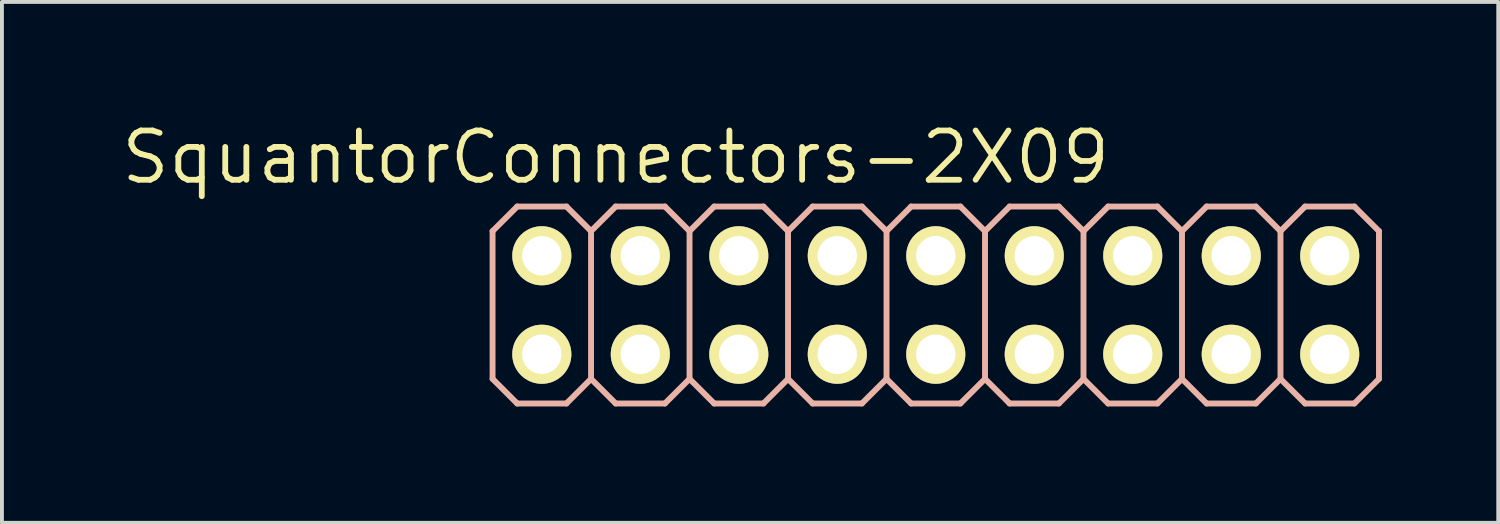
<source format=kicad_pcb>
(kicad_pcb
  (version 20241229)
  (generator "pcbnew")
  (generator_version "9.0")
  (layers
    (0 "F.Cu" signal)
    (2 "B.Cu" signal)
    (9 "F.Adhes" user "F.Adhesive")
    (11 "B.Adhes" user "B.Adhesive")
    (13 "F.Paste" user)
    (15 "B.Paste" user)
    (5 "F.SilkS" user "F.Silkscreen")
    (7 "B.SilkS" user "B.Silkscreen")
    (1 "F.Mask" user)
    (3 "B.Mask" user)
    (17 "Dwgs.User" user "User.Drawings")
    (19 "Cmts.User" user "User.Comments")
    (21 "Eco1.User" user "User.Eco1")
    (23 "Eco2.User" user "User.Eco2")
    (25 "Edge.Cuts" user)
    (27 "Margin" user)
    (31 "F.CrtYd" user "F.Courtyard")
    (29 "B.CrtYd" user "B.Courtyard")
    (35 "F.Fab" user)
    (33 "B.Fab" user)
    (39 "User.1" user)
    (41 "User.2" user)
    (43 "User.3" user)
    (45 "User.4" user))
  (footprint "SquantorConnectors-2X09"
    (layer "F.Cu")
    (at 21.083 4.816)
    (property "Reference" "SquantorConnectors-2X09" (at -8.255 -3.81 0) (layer "F.SilkS") (effects (font (size 1.27 1.27) (thickness 0.15))))
    (attr exclude_from_pos_files exclude_from_bom)
    (fp_line (start -10.414 -1.524) (end -9.906 -1.524) (stroke (width 0.066) (type solid)) (layer "F.SilkS"))
    (fp_line (start -10.414 -1.016) (end -10.414 -1.524) (stroke (width 0.066) (type solid)) (layer "F.SilkS"))
    (fp_line (start -10.414 -1.016) (end -9.906 -1.016) (stroke (width 0.066) (type solid)) (layer "F.SilkS"))
    (fp_line (start -10.414 1.016) (end -9.906 1.016) (stroke (width 0.066) (type solid)) (layer "F.SilkS"))
    (fp_line (start -10.414 1.524) (end -10.414 1.016) (stroke (width 0.066) (type solid)) (layer "F.SilkS"))
    (fp_line (start -10.414 1.524) (end -9.906 1.524) (stroke (width 0.066) (type solid)) (layer "F.SilkS"))
    (fp_line (start -9.906 -1.016) (end -9.906 -1.524) (stroke (width 0.066) (type solid)) (layer "F.SilkS"))
    (fp_line (start -9.906 1.524) (end -9.906 1.016) (stroke (width 0.066) (type solid)) (layer "F.SilkS"))
    (fp_line (start -7.874 -1.524) (end -7.366 -1.524) (stroke (width 0.066) (type solid)) (layer "F.SilkS"))
    (fp_line (start -7.874 -1.016) (end -7.874 -1.524) (stroke (width 0.066) (type solid)) (layer "F.SilkS"))
    (fp_line (start -7.874 -1.016) (end -7.366 -1.016) (stroke (width 0.066) (type solid)) (layer "F.SilkS"))
    (fp_line (start -7.874 1.016) (end -7.366 1.016) (stroke (width 0.066) (type solid)) (layer "F.SilkS"))
    (fp_line (start -7.874 1.524) (end -7.874 1.016) (stroke (width 0.066) (type solid)) (layer "F.SilkS"))
    (fp_line (start -7.874 1.524) (end -7.366 1.524) (stroke (width 0.066) (type solid)) (layer "F.SilkS"))
    (fp_line (start -7.366 -1.016) (end -7.366 -1.524) (stroke (width 0.066) (type solid)) (layer "F.SilkS"))
    (fp_line (start -7.366 1.524) (end -7.366 1.016) (stroke (width 0.066) (type solid)) (layer "F.SilkS"))
    (fp_line (start -5.334 -1.524) (end -4.826 -1.524) (stroke (width 0.066) (type solid)) (layer "F.SilkS"))
    (fp_line (start -5.334 -1.016) (end -5.334 -1.524) (stroke (width 0.066) (type solid)) (layer "F.SilkS"))
    (fp_line (start -5.334 -1.016) (end -4.826 -1.016) (stroke (width 0.066) (type solid)) (layer "F.SilkS"))
    (fp_line (start -5.334 1.016) (end -4.826 1.016) (stroke (width 0.066) (type solid)) (layer "F.SilkS"))
    (fp_line (start -5.334 1.524) (end -5.334 1.016) (stroke (width 0.066) (type solid)) (layer "F.SilkS"))
    (fp_line (start -5.334 1.524) (end -4.826 1.524) (stroke (width 0.066) (type solid)) (layer "F.SilkS"))
    (fp_line (start -4.826 -1.016) (end -4.826 -1.524) (stroke (width 0.066) (type solid)) (layer "F.SilkS"))
    (fp_line (start -4.826 1.524) (end -4.826 1.016) (stroke (width 0.066) (type solid)) (layer "F.SilkS"))
    (fp_line (start -2.794 -1.524) (end -2.286 -1.524) (stroke (width 0.066) (type solid)) (layer "F.SilkS"))
    (fp_line (start -2.794 -1.016) (end -2.794 -1.524) (stroke (width 0.066) (type solid)) (layer "F.SilkS"))
    (fp_line (start -2.794 -1.016) (end -2.286 -1.016) (stroke (width 0.066) (type solid)) (layer "F.SilkS"))
    (fp_line (start -2.794 1.016) (end -2.286 1.016) (stroke (width 0.066) (type solid)) (layer "F.SilkS"))
    (fp_line (start -2.794 1.524) (end -2.794 1.016) (stroke (width 0.066) (type solid)) (layer "F.SilkS"))
    (fp_line (start -2.794 1.524) (end -2.286 1.524) (stroke (width 0.066) (type solid)) (layer "F.SilkS"))
    (fp_line (start -2.286 -1.016) (end -2.286 -1.524) (stroke (width 0.066) (type solid)) (layer "F.SilkS"))
    (fp_line (start -2.286 1.524) (end -2.286 1.016) (stroke (width 0.066) (type solid)) (layer "F.SilkS"))
    (fp_line (start -0.254 -1.524) (end 0.254 -1.524) (stroke (width 0.066) (type solid)) (layer "F.SilkS"))
    (fp_line (start -0.254 -1.016) (end -0.254 -1.524) (stroke (width 0.066) (type solid)) (layer "F.SilkS"))
    (fp_line (start -0.254 -1.016) (end 0.254 -1.016) (stroke (width 0.066) (type solid)) (layer "F.SilkS"))
    (fp_line (start -0.254 1.016) (end 0.254 1.016) (stroke (width 0.066) (type solid)) (layer "F.SilkS"))
    (fp_line (start -0.254 1.524) (end -0.254 1.016) (stroke (width 0.066) (type solid)) (layer "F.SilkS"))
    (fp_line (start -0.254 1.524) (end 0.254 1.524) (stroke (width 0.066) (type solid)) (layer "F.SilkS"))
    (fp_line (start 0.254 -1.016) (end 0.254 -1.524) (stroke (width 0.066) (type solid)) (layer "F.SilkS"))
    (fp_line (start 0.254 1.524) (end 0.254 1.016) (stroke (width 0.066) (type solid)) (layer "F.SilkS"))
    (fp_line (start 2.286 -1.524) (end 2.794 -1.524) (stroke (width 0.066) (type solid)) (layer "F.SilkS"))
    (fp_line (start 2.286 -1.016) (end 2.286 -1.524) (stroke (width 0.066) (type solid)) (layer "F.SilkS"))
    (fp_line (start 2.286 -1.016) (end 2.794 -1.016) (stroke (width 0.066) (type solid)) (layer "F.SilkS"))
    (fp_line (start 2.286 1.016) (end 2.794 1.016) (stroke (width 0.066) (type solid)) (layer "F.SilkS"))
    (fp_line (start 2.286 1.524) (end 2.286 1.016) (stroke (width 0.066) (type solid)) (layer "F.SilkS"))
    (fp_line (start 2.286 1.524) (end 2.794 1.524) (stroke (width 0.066) (type solid)) (layer "F.SilkS"))
    (fp_line (start 2.794 -1.016) (end 2.794 -1.524) (stroke (width 0.066) (type solid)) (layer "F.SilkS"))
    (fp_line (start 2.794 1.524) (end 2.794 1.016) (stroke (width 0.066) (type solid)) (layer "F.SilkS"))
    (fp_line (start 4.826 -1.524) (end 5.334 -1.524) (stroke (width 0.066) (type solid)) (layer "F.SilkS"))
    (fp_line (start 4.826 -1.016) (end 4.826 -1.524) (stroke (width 0.066) (type solid)) (layer "F.SilkS"))
    (fp_line (start 4.826 -1.016) (end 5.334 -1.016) (stroke (width 0.066) (type solid)) (layer "F.SilkS"))
    (fp_line (start 4.826 1.016) (end 5.334 1.016) (stroke (width 0.066) (type solid)) (layer "F.SilkS"))
    (fp_line (start 4.826 1.524) (end 4.826 1.016) (stroke (width 0.066) (type solid)) (layer "F.SilkS"))
    (fp_line (start 4.826 1.524) (end 5.334 1.524) (stroke (width 0.066) (type solid)) (layer "F.SilkS"))
    (fp_line (start 5.334 -1.016) (end 5.334 -1.524) (stroke (width 0.066) (type solid)) (layer "F.SilkS"))
    (fp_line (start 5.334 1.524) (end 5.334 1.016) (stroke (width 0.066) (type solid)) (layer "F.SilkS"))
    (fp_line (start 7.366 -1.524) (end 7.874 -1.524) (stroke (width 0.066) (type solid)) (layer "F.SilkS"))
    (fp_line (start 7.366 -1.016) (end 7.366 -1.524) (stroke (width 0.066) (type solid)) (layer "F.SilkS"))
    (fp_line (start 7.366 -1.016) (end 7.874 -1.016) (stroke (width 0.066) (type solid)) (layer "F.SilkS"))
    (fp_line (start 7.366 1.016) (end 7.874 1.016) (stroke (width 0.066) (type solid)) (layer "F.SilkS"))
    (fp_line (start 7.366 1.524) (end 7.366 1.016) (stroke (width 0.066) (type solid)) (layer "F.SilkS"))
    (fp_line (start 7.366 1.524) (end 7.874 1.524) (stroke (width 0.066) (type solid)) (layer "F.SilkS"))
    (fp_line (start 7.874 -1.016) (end 7.874 -1.524) (stroke (width 0.066) (type solid)) (layer "F.SilkS"))
    (fp_line (start 7.874 1.524) (end 7.874 1.016) (stroke (width 0.066) (type solid)) (layer "F.SilkS"))
    (fp_line (start 9.906 -1.524) (end 10.414 -1.524) (stroke (width 0.066) (type solid)) (layer "F.SilkS"))
    (fp_line (start 9.906 -1.016) (end 9.906 -1.524) (stroke (width 0.066) (type solid)) (layer "F.SilkS"))
    (fp_line (start 9.906 -1.016) (end 10.414 -1.016) (stroke (width 0.066) (type solid)) (layer "F.SilkS"))
    (fp_line (start 9.906 1.016) (end 10.414 1.016) (stroke (width 0.066) (type solid)) (layer "F.SilkS"))
    (fp_line (start 9.906 1.524) (end 9.906 1.016) (stroke (width 0.066) (type solid)) (layer "F.SilkS"))
    (fp_line (start 9.906 1.524) (end 10.414 1.524) (stroke (width 0.066) (type solid)) (layer "F.SilkS"))
    (fp_line (start 10.414 -1.016) (end 10.414 -1.524) (stroke (width 0.066) (type solid)) (layer "F.SilkS"))
    (fp_line (start 10.414 1.524) (end 10.414 1.016) (stroke (width 0.066) (type solid)) (layer "F.SilkS"))
    (fp_line (start -11.43 -1.905) (end -10.795 -2.54) (stroke (width 0.152) (type solid)) (layer "B.SilkS"))
    (fp_line (start -11.43 1.905) (end -11.43 -1.905) (stroke (width 0.152) (type solid)) (layer "B.SilkS"))
    (fp_line (start -11.43 1.905) (end -10.795 2.54) (stroke (width 0.152) (type solid)) (layer "B.SilkS"))
    (fp_line (start -10.795 -2.54) (end -9.525 -2.54) (stroke (width 0.152) (type solid)) (layer "B.SilkS"))
    (fp_line (start -10.795 2.54) (end -9.525 2.54) (stroke (width 0.152) (type solid)) (layer "B.SilkS"))
    (fp_line (start -9.525 -2.54) (end -8.89 -1.905) (stroke (width 0.152) (type solid)) (layer "B.SilkS"))
    (fp_line (start -9.525 2.54) (end -8.89 1.905) (stroke (width 0.152) (type solid)) (layer "B.SilkS"))
    (fp_line (start -8.89 -1.905) (end -8.89 1.905) (stroke (width 0.152) (type solid)) (layer "B.SilkS"))
    (fp_line (start -8.89 -1.905) (end -8.255 -2.54) (stroke (width 0.152) (type solid)) (layer "B.SilkS"))
    (fp_line (start -8.89 1.905) (end -8.255 2.54) (stroke (width 0.152) (type solid)) (layer "B.SilkS"))
    (fp_line (start -8.255 -2.54) (end -6.985 -2.54) (stroke (width 0.152) (type solid)) (layer "B.SilkS"))
    (fp_line (start -8.255 2.54) (end -6.985 2.54) (stroke (width 0.152) (type solid)) (layer "B.SilkS"))
    (fp_line (start -6.985 -2.54) (end -6.35 -1.905) (stroke (width 0.152) (type solid)) (layer "B.SilkS"))
    (fp_line (start -6.985 2.54) (end -6.35 1.905) (stroke (width 0.152) (type solid)) (layer "B.SilkS"))
    (fp_line (start -6.35 -1.905) (end -6.35 1.905) (stroke (width 0.152) (type solid)) (layer "B.SilkS"))
    (fp_line (start -6.35 -1.905) (end -5.715 -2.54) (stroke (width 0.152) (type solid)) (layer "B.SilkS"))
    (fp_line (start -6.35 1.905) (end -5.715 2.54) (stroke (width 0.152) (type solid)) (layer "B.SilkS"))
    (fp_line (start -5.715 -2.54) (end -4.445 -2.54) (stroke (width 0.152) (type solid)) (layer "B.SilkS"))
    (fp_line (start -5.715 2.54) (end -4.445 2.54) (stroke (width 0.152) (type solid)) (layer "B.SilkS"))
    (fp_line (start -4.445 -2.54) (end -3.81 -1.905) (stroke (width 0.152) (type solid)) (layer "B.SilkS"))
    (fp_line (start -4.445 2.54) (end -3.81 1.905) (stroke (width 0.152) (type solid)) (layer "B.SilkS"))
    (fp_line (start -3.81 -1.905) (end -3.81 1.905) (stroke (width 0.152) (type solid)) (layer "B.SilkS"))
    (fp_line (start -3.81 -1.905) (end -3.175 -2.54) (stroke (width 0.152) (type solid)) (layer "B.SilkS"))
    (fp_line (start -3.81 1.905) (end -3.175 2.54) (stroke (width 0.152) (type solid)) (layer "B.SilkS"))
    (fp_line (start -3.175 -2.54) (end -1.905 -2.54) (stroke (width 0.152) (type solid)) (layer "B.SilkS"))
    (fp_line (start -3.175 2.54) (end -1.905 2.54) (stroke (width 0.152) (type solid)) (layer "B.SilkS"))
    (fp_line (start -1.905 -2.54) (end -1.27 -1.905) (stroke (width 0.152) (type solid)) (layer "B.SilkS"))
    (fp_line (start -1.905 2.54) (end -1.27 1.905) (stroke (width 0.152) (type solid)) (layer "B.SilkS"))
    (fp_line (start -1.27 -1.905) (end -1.27 1.905) (stroke (width 0.152) (type solid)) (layer "B.SilkS"))
    (fp_line (start -1.27 -1.905) (end -0.635 -2.54) (stroke (width 0.152) (type solid)) (layer "B.SilkS"))
    (fp_line (start -1.27 1.905) (end -0.635 2.54) (stroke (width 0.152) (type solid)) (layer "B.SilkS"))
    (fp_line (start -0.635 -2.54) (end 0.635 -2.54) (stroke (width 0.152) (type solid)) (layer "B.SilkS"))
    (fp_line (start -0.635 2.54) (end 0.635 2.54) (stroke (width 0.152) (type solid)) (layer "B.SilkS"))
    (fp_line (start 0.635 -2.54) (end 1.27 -1.905) (stroke (width 0.152) (type solid)) (layer "B.SilkS"))
    (fp_line (start 0.635 2.54) (end 1.27 1.905) (stroke (width 0.152) (type solid)) (layer "B.SilkS"))
    (fp_line (start 1.27 -1.905) (end 1.27 1.905) (stroke (width 0.152) (type solid)) (layer "B.SilkS"))
    (fp_line (start 1.27 -1.905) (end 1.905 -2.54) (stroke (width 0.152) (type solid)) (layer "B.SilkS"))
    (fp_line (start 1.27 1.905) (end 1.905 2.54) (stroke (width 0.152) (type solid)) (layer "B.SilkS"))
    (fp_line (start 1.905 -2.54) (end 3.175 -2.54) (stroke (width 0.152) (type solid)) (layer "B.SilkS"))
    (fp_line (start 1.905 2.54) (end 3.175 2.54) (stroke (width 0.152) (type solid)) (layer "B.SilkS"))
    (fp_line (start 3.175 -2.54) (end 3.81 -1.905) (stroke (width 0.152) (type solid)) (layer "B.SilkS"))
    (fp_line (start 3.175 2.54) (end 3.81 1.905) (stroke (width 0.152) (type solid)) (layer "B.SilkS"))
    (fp_line (start 3.81 -1.905) (end 3.81 1.905) (stroke (width 0.152) (type solid)) (layer "B.SilkS"))
    (fp_line (start 3.81 -1.905) (end 4.445 -2.54) (stroke (width 0.152) (type solid)) (layer "B.SilkS"))
    (fp_line (start 3.81 1.905) (end 4.445 2.54) (stroke (width 0.152) (type solid)) (layer "B.SilkS"))
    (fp_line (start 4.445 -2.54) (end 5.715 -2.54) (stroke (width 0.152) (type solid)) (layer "B.SilkS"))
    (fp_line (start 4.445 2.54) (end 5.715 2.54) (stroke (width 0.152) (type solid)) (layer "B.SilkS"))
    (fp_line (start 5.715 -2.54) (end 6.35 -1.905) (stroke (width 0.152) (type solid)) (layer "B.SilkS"))
    (fp_line (start 6.35 -1.905) (end 6.35 1.905) (stroke (width 0.152) (type solid)) (layer "B.SilkS"))
    (fp_line (start 6.35 -1.905) (end 6.985 -2.54) (stroke (width 0.152) (type solid)) (layer "B.SilkS"))
    (fp_line (start 6.35 1.905) (end 5.715 2.54) (stroke (width 0.152) (type solid)) (layer "B.SilkS"))
    (fp_line (start 6.35 1.905) (end 6.985 2.54) (stroke (width 0.152) (type solid)) (layer "B.SilkS"))
    (fp_line (start 6.985 -2.54) (end 8.255 -2.54) (stroke (width 0.152) (type solid)) (layer "B.SilkS"))
    (fp_line (start 6.985 2.54) (end 8.255 2.54) (stroke (width 0.152) (type solid)) (layer "B.SilkS"))
    (fp_line (start 8.255 -2.54) (end 8.89 -1.905) (stroke (width 0.152) (type solid)) (layer "B.SilkS"))
    (fp_line (start 8.89 -1.905) (end 8.89 1.905) (stroke (width 0.152) (type solid)) (layer "B.SilkS"))
    (fp_line (start 8.89 -1.905) (end 9.525 -2.54) (stroke (width 0.152) (type solid)) (layer "B.SilkS"))
    (fp_line (start 8.89 1.905) (end 8.255 2.54) (stroke (width 0.152) (type solid)) (layer "B.SilkS"))
    (fp_line (start 8.89 1.905) (end 9.525 2.54) (stroke (width 0.152) (type solid)) (layer "B.SilkS"))
    (fp_line (start 9.525 -2.54) (end 10.795 -2.54) (stroke (width 0.152) (type solid)) (layer "B.SilkS"))
    (fp_line (start 9.525 2.54) (end 10.795 2.54) (stroke (width 0.152) (type solid)) (layer "B.SilkS"))
    (fp_line (start 10.795 -2.54) (end 11.43 -1.905) (stroke (width 0.152) (type solid)) (layer "B.SilkS"))
    (fp_line (start 11.43 -1.905) (end 11.43 1.905) (stroke (width 0.152) (type solid)) (layer "B.SilkS"))
    (fp_line (start 11.43 1.905) (end 10.795 2.54) (stroke (width 0.152) (type solid)) (layer "B.SilkS"))
    (pad "1" thru_hole circle (at -10.16 1.27) (size 1.524 1.524) (drill 1.016) (layers "*.Cu" "F.Mask" "F.SilkS" "F.Paste"))
    (pad "2" thru_hole circle (at -10.16 -1.27) (size 1.524 1.524) (drill 1.016) (layers "*.Cu" "F.Mask" "F.SilkS" "F.Paste"))
    (pad "3" thru_hole circle (at -7.62 1.27) (size 1.524 1.524) (drill 1.016) (layers "*.Cu" "F.Mask" "F.SilkS" "F.Paste"))
    (pad "4" thru_hole circle (at -7.62 -1.27) (size 1.524 1.524) (drill 1.016) (layers "*.Cu" "F.Mask" "F.SilkS" "F.Paste"))
    (pad "5" thru_hole circle (at -5.08 1.27) (size 1.524 1.524) (drill 1.016) (layers "*.Cu" "F.Mask" "F.SilkS" "F.Paste"))
    (pad "6" thru_hole circle (at -5.08 -1.27) (size 1.524 1.524) (drill 1.016) (layers "*.Cu" "F.Mask" "F.SilkS" "F.Paste"))
    (pad "7" thru_hole circle (at -2.54 1.27) (size 1.524 1.524) (drill 1.016) (layers "*.Cu" "F.Mask" "F.SilkS" "F.Paste"))
    (pad "8" thru_hole circle (at -2.54 -1.27) (size 1.524 1.524) (drill 1.016) (layers "*.Cu" "F.Mask" "F.SilkS" "F.Paste"))
    (pad "9" thru_hole circle (at 0 1.27) (size 1.524 1.524) (drill 1.016) (layers "*.Cu" "F.Mask" "F.SilkS" "F.Paste"))
    (pad "10" thru_hole circle (at 0 -1.27) (size 1.524 1.524) (drill 1.016) (layers "*.Cu" "F.Mask" "F.SilkS" "F.Paste"))
    (pad "11" thru_hole circle (at 2.54 1.27) (size 1.524 1.524) (drill 1.016) (layers "*.Cu" "F.Mask" "F.SilkS" "F.Paste"))
    (pad "12" thru_hole circle (at 2.54 -1.27) (size 1.524 1.524) (drill 1.016) (layers "*.Cu" "F.Mask" "F.SilkS" "F.Paste"))
    (pad "13" thru_hole circle (at 5.08 1.27) (size 1.524 1.524) (drill 1.016) (layers "*.Cu" "F.Mask" "F.SilkS" "F.Paste"))
    (pad "14" thru_hole circle (at 5.08 -1.27) (size 1.524 1.524) (drill 1.016) (layers "*.Cu" "F.Mask" "F.SilkS" "F.Paste"))
    (pad "15" thru_hole circle (at 7.62 1.27) (size 1.524 1.524) (drill 1.016) (layers "*.Cu" "F.Mask" "F.SilkS" "F.Paste"))
    (pad "16" thru_hole circle (at 7.62 -1.27) (size 1.524 1.524) (drill 1.016) (layers "*.Cu" "F.Mask" "F.SilkS" "F.Paste"))
    (pad "17" thru_hole circle (at 10.16 1.27) (size 1.524 1.524) (drill 1.016) (layers "*.Cu" "F.Mask" "F.SilkS" "F.Paste"))
    (pad "18" thru_hole circle (at 10.16 -1.27) (size 1.524 1.524) (drill 1.016) (layers "*.Cu" "F.Mask" "F.SilkS" "F.Paste")))
  (gr_rect
    (start -3 -3)
    (end 35.589 10.432)
    (stroke (width 0.1) (type default))
    (fill no)
    (layer "Edge.Cuts")))
</source>
